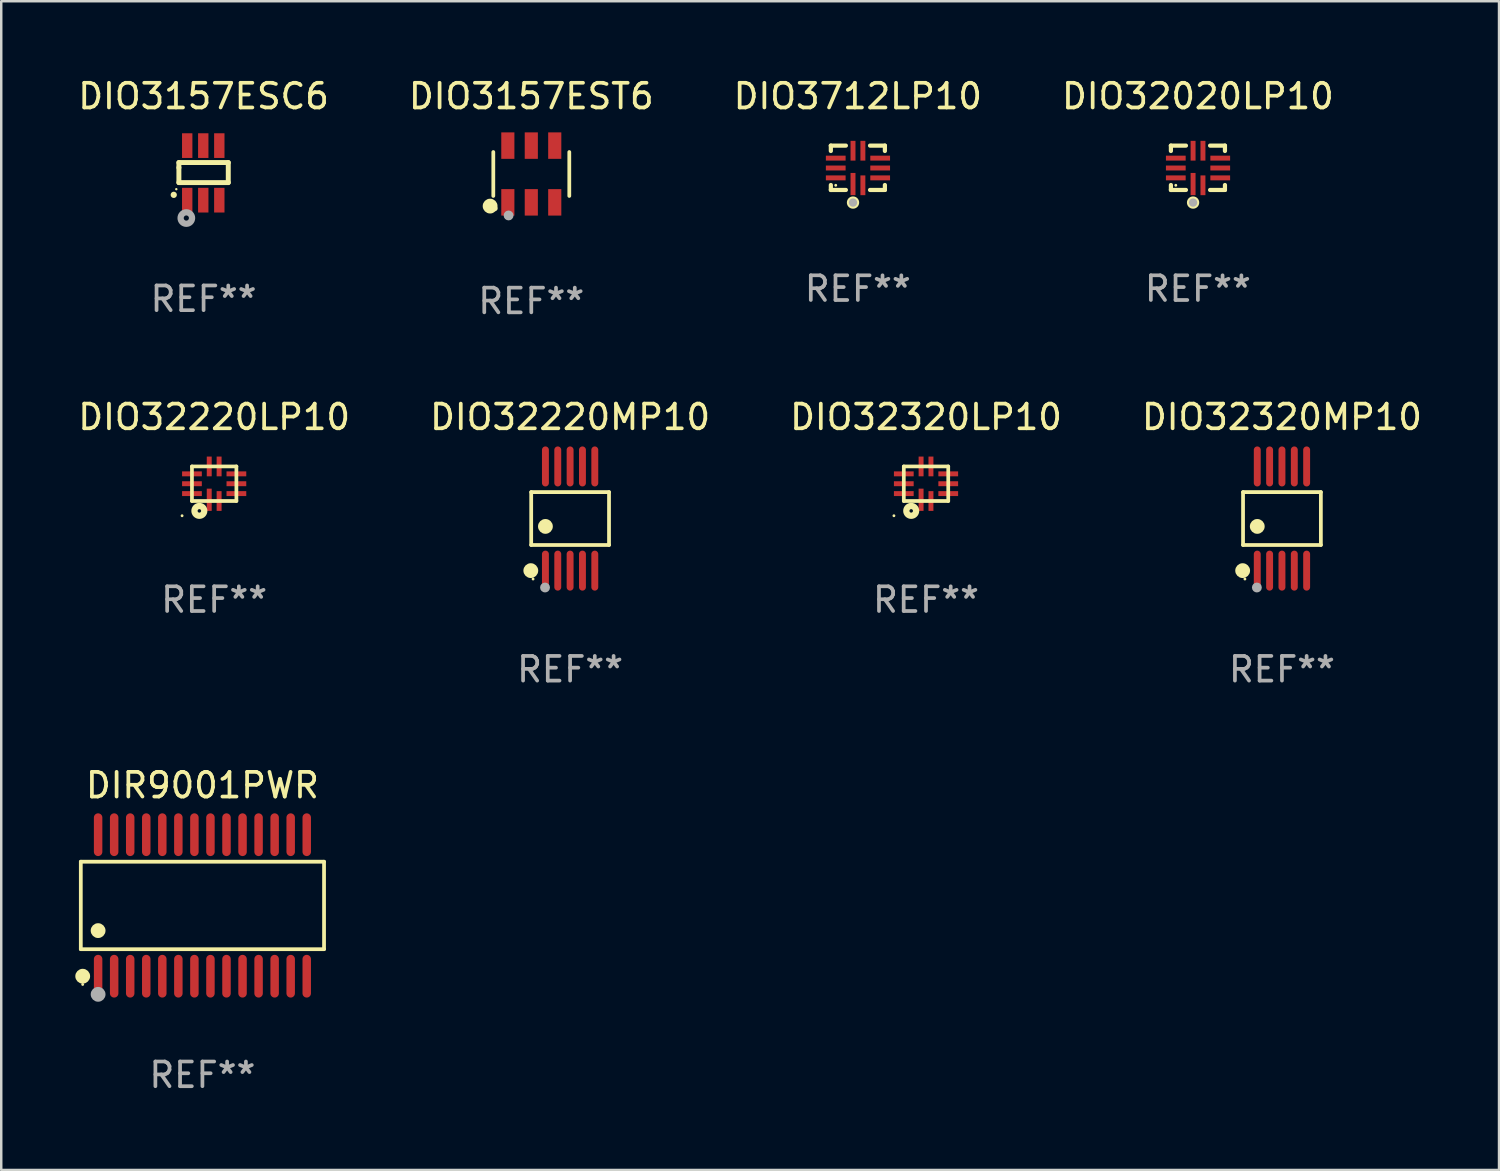
<source format=kicad_pcb>
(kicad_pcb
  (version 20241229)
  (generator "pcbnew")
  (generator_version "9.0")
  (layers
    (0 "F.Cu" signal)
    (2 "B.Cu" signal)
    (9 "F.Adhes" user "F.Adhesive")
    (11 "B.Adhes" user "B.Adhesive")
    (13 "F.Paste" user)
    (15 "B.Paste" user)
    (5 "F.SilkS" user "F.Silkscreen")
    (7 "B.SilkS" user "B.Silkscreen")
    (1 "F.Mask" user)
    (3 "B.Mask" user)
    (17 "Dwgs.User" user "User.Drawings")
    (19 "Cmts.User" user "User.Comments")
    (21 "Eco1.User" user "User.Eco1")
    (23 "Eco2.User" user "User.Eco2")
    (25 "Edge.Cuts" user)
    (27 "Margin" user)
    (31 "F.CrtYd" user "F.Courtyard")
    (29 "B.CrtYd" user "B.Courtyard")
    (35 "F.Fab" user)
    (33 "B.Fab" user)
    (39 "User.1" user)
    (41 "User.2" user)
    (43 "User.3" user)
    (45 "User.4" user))
  (footprint "DIR9001PWR"
    (layer "F.Cu")
    (at 5.149 33.625)
    (property "Reference" "DIR9001PWR" (at 0 -4.866 0) (layer "F.SilkS") (effects (font (size 1 1) (thickness 0.15))))
    (attr through_hole)
    (fp_line (start -4.926 -1.772) (end 4.926 -1.772) (stroke (width 0.152) (type solid)) (layer "F.SilkS"))
    (fp_line (start -4.926 1.771) (end -4.926 -1.772) (stroke (width 0.152) (type solid)) (layer "F.SilkS"))
    (fp_line (start 4.926 -1.772) (end 4.926 1.771) (stroke (width 0.152) (type solid)) (layer "F.SilkS"))
    (fp_line (start 4.926 1.771) (end -4.926 1.771) (stroke (width 0.152) (type solid)) (layer "F.SilkS"))
    (fp_circle (center -4.85 3.2) (end -4.82 3.2) (stroke (width 0.06) (type solid)) (fill no) (layer "F.SilkS"))
    (fp_circle (center -4.849 2.866) (end -4.699 2.866) (stroke (width 0.3) (type solid)) (fill no) (layer "F.SilkS"))
    (fp_circle (center -4.225 1.019) (end -4.075 1.019) (stroke (width 0.3) (type solid)) (fill no) (layer "F.SilkS"))
    (fp_circle (center -4.225 3.6) (end -4.075 3.6) (stroke (width 0.3) (type solid)) (fill no) (layer "F.Fab"))
    (fp_text user "REF**" (at 0 6.866 0) (layer "F.Fab") (effects (font (size 1 1) (thickness 0.15))))
    (pad "1" smd oval (at -4.225 2.866) (size 0.343 1.731) (layers "F.Cu" "F.Mask" "F.Paste"))
    (pad "2" smd oval (at -3.575 2.866) (size 0.343 1.731) (layers "F.Cu" "F.Mask" "F.Paste"))
    (pad "3" smd oval (at -2.925 2.866) (size 0.343 1.731) (layers "F.Cu" "F.Mask" "F.Paste"))
    (pad "4" smd oval (at -2.275 2.866) (size 0.343 1.731) (layers "F.Cu" "F.Mask" "F.Paste"))
    (pad "5" smd oval (at -1.625 2.866) (size 0.343 1.731) (layers "F.Cu" "F.Mask" "F.Paste"))
    (pad "6" smd oval (at -0.975 2.866) (size 0.343 1.731) (layers "F.Cu" "F.Mask" "F.Paste"))
    (pad "7" smd oval (at -0.325 2.866) (size 0.343 1.731) (layers "F.Cu" "F.Mask" "F.Paste"))
    (pad "8" smd oval (at 0.325 2.866) (size 0.343 1.731) (layers "F.Cu" "F.Mask" "F.Paste"))
    (pad "9" smd oval (at 0.975 2.866) (size 0.343 1.731) (layers "F.Cu" "F.Mask" "F.Paste"))
    (pad "10" smd oval (at 1.625 2.866) (size 0.343 1.731) (layers "F.Cu" "F.Mask" "F.Paste"))
    (pad "11" smd oval (at 2.275 2.866) (size 0.343 1.731) (layers "F.Cu" "F.Mask" "F.Paste"))
    (pad "12" smd oval (at 2.925 2.866) (size 0.343 1.731) (layers "F.Cu" "F.Mask" "F.Paste"))
    (pad "13" smd oval (at 3.575 2.866) (size 0.343 1.731) (layers "F.Cu" "F.Mask" "F.Paste"))
    (pad "14" smd oval (at 4.225 2.866) (size 0.343 1.731) (layers "F.Cu" "F.Mask" "F.Paste"))
    (pad "15" smd oval (at 4.225 -2.866) (size 0.343 1.731) (layers "F.Cu" "F.Mask" "F.Paste"))
    (pad "16" smd oval (at 3.575 -2.866) (size 0.343 1.731) (layers "F.Cu" "F.Mask" "F.Paste"))
    (pad "17" smd oval (at 2.925 -2.866) (size 0.343 1.731) (layers "F.Cu" "F.Mask" "F.Paste"))
    (pad "18" smd oval (at 2.275 -2.866) (size 0.343 1.731) (layers "F.Cu" "F.Mask" "F.Paste"))
    (pad "19" smd oval (at 1.625 -2.866) (size 0.343 1.731) (layers "F.Cu" "F.Mask" "F.Paste"))
    (pad "20" smd oval (at 0.975 -2.866) (size 0.343 1.731) (layers "F.Cu" "F.Mask" "F.Paste"))
    (pad "21" smd oval (at 0.325 -2.866) (size 0.343 1.731) (layers "F.Cu" "F.Mask" "F.Paste"))
    (pad "22" smd oval (at -0.325 -2.866) (size 0.343 1.731) (layers "F.Cu" "F.Mask" "F.Paste"))
    (pad "23" smd oval (at -0.975 -2.866) (size 0.343 1.731) (layers "F.Cu" "F.Mask" "F.Paste"))
    (pad "24" smd oval (at -1.625 -2.866) (size 0.343 1.731) (layers "F.Cu" "F.Mask" "F.Paste"))
    (pad "25" smd oval (at -2.275 -2.866) (size 0.343 1.731) (layers "F.Cu" "F.Mask" "F.Paste"))
    (pad "26" smd oval (at -2.925 -2.866) (size 0.343 1.731) (layers "F.Cu" "F.Mask" "F.Paste"))
    (pad "27" smd oval (at -3.575 -2.866) (size 0.343 1.731) (layers "F.Cu" "F.Mask" "F.Paste"))
    (pad "28" smd oval (at -4.225 -2.866) (size 0.343 1.731) (layers "F.Cu" "F.Mask" "F.Paste")))
  (footprint "DIO32320LP10"
    (layer "F.Cu")
    (at 34.458 16.543)
    (property "Reference" "DIO32320LP10" (at 0 -2.7 0) (layer "F.SilkS") (effects (font (size 1 1) (thickness 0.15))))
    (attr through_hole)
    (fp_line (start -0.9 -0.7) (end 0.9 -0.7) (stroke (width 0.15) (type solid)) (layer "F.SilkS"))
    (fp_line (start -0.9 0.7) (end -0.9 -0.7) (stroke (width 0.15) (type solid)) (layer "F.SilkS"))
    (fp_line (start -0.9 0.7) (end 0.9 0.7) (stroke (width 0.15) (type solid)) (layer "F.SilkS"))
    (fp_line (start 0.9 0.7) (end 0.9 -0.7) (stroke (width 0.15) (type solid)) (layer "F.SilkS"))
    (fp_circle (center -1.3 1.297) (end -1.27 1.297) (stroke (width 0.06) (type solid)) (fill no) (layer "F.SilkS"))
    (fp_circle (center -0.6 1.1) (end -0.529 1.1) (stroke (width 0.254) (type solid)) (fill no) (layer "F.SilkS"))
    (fp_text user "REF**" (at 0 4.7 0) (layer "F.Fab") (effects (font (size 1 1) (thickness 0.15))))
    (pad "1" smd rect (at -0.2 0.65 90) (size 0.9 0.2) (layers "F.Cu" "F.Mask" "F.Paste"))
    (pad "2" smd rect (at 0.2 0.7 90) (size 0.8 0.2) (layers "F.Cu" "F.Mask" "F.Paste"))
    (pad "3" smd rect (at 0.9 0.4 180) (size 0.8 0.2) (layers "F.Cu" "F.Mask" "F.Paste"))
    (pad "4" smd rect (at 0.9 0) (size 0.8 0.2) (layers "F.Cu" "F.Mask" "F.Paste"))
    (pad "5" smd rect (at 0.9 -0.4) (size 0.8 0.2) (layers "F.Cu" "F.Mask" "F.Paste"))
    (pad "6" smd rect (at 0.2 -0.7 270) (size 0.8 0.2) (layers "F.Cu" "F.Mask" "F.Paste"))
    (pad "7" smd rect (at -0.2 -0.7 270) (size 0.8 0.2) (layers "F.Cu" "F.Mask" "F.Paste"))
    (pad "8" smd rect (at -0.9 -0.4) (size 0.8 0.2) (layers "F.Cu" "F.Mask" "F.Paste"))
    (pad "9" smd rect (at -0.9 0) (size 0.8 0.2) (layers "F.Cu" "F.Mask" "F.Paste"))
    (pad "10" smd rect (at -0.9 0.4) (size 0.8 0.2) (layers "F.Cu" "F.Mask" "F.Paste")))
  (footprint "DIO3712LP10"
    (layer "F.Cu")
    (at 31.696 3.747)
    (property "Reference" "DIO3712LP10" (at 0 -2.899 0) (layer "F.SilkS") (effects (font (size 1 1) (thickness 0.15))))
    (attr through_hole)
    (fp_line (start -1.096 -0.899) (end -0.484 -0.899) (stroke (width 0.17) (type solid)) (layer "F.SilkS"))
    (fp_line (start -1.093 -0.682) (end -1.093 -0.899) (stroke (width 0.17) (type solid)) (layer "F.SilkS"))
    (fp_line (start -1.093 0.899) (end -1.093 0.697) (stroke (width 0.17) (type solid)) (layer "F.SilkS"))
    (fp_line (start -0.484 0.897) (end -1.093 0.897) (stroke (width 0.17) (type solid)) (layer "F.SilkS"))
    (fp_line (start 0.494 -0.899) (end 1.096 -0.899) (stroke (width 0.17) (type solid)) (layer "F.SilkS"))
    (fp_line (start 1.096 -0.899) (end 1.096 -0.682) (stroke (width 0.17) (type solid)) (layer "F.SilkS"))
    (fp_line (start 1.096 0.697) (end 1.096 0.897) (stroke (width 0.17) (type solid)) (layer "F.SilkS"))
    (fp_line (start 1.096 0.897) (end 0.494 0.897) (stroke (width 0.17) (type solid)) (layer "F.SilkS"))
    (fp_circle (center -0.895 0.708) (end -0.865 0.708) (stroke (width 0.06) (type solid)) (fill no) (layer "F.SilkS"))
    (fp_circle (center -0.195 1.408) (end -0.116 1.408) (stroke (width 0.17) (type solid)) (fill no) (layer "F.SilkS"))
    (fp_circle (center -0.195 1.408) (end -0.11 1.408) (stroke (width 0.17) (type solid)) (fill no) (layer "F.Fab"))
    (fp_text user "REF**" (at 0 4.899 0) (layer "F.Fab") (effects (font (size 1 1) (thickness 0.15))))
    (pad "1" smd rect (at -0.195 0.658 180) (size 0.2 0.9) (layers "F.Cu" "F.Mask" "F.Paste"))
    (pad "2" smd rect (at 0.205 0.708 180) (size 0.2 0.8) (layers "F.Cu" "F.Mask" "F.Paste"))
    (pad "3" smd rect (at 0.905 0.408 90) (size 0.2 0.8) (layers "F.Cu" "F.Mask" "F.Paste"))
    (pad "4" smd rect (at 0.905 0.008 90) (size 0.2 0.8) (layers "F.Cu" "F.Mask" "F.Paste"))
    (pad "5" smd rect (at 0.905 -0.392 90) (size 0.2 0.8) (layers "F.Cu" "F.Mask" "F.Paste"))
    (pad "6" smd rect (at 0.205 -0.692 180) (size 0.2 0.8) (layers "F.Cu" "F.Mask" "F.Paste"))
    (pad "7" smd rect (at -0.195 -0.692 180) (size 0.2 0.8) (layers "F.Cu" "F.Mask" "F.Paste"))
    (pad "8" smd rect (at -0.895 -0.392 90) (size 0.2 0.8) (layers "F.Cu" "F.Mask" "F.Paste"))
    (pad "9" smd rect (at -0.895 0.008 90) (size 0.2 0.8) (layers "F.Cu" "F.Mask" "F.Paste"))
    (pad "10" smd rect (at -0.895 0.408 90) (size 0.2 0.8) (layers "F.Cu" "F.Mask" "F.Paste")))
  (footprint "DIO32020LP10"
    (layer "F.Cu")
    (at 45.47 3.747)
    (property "Reference" "DIO32020LP10" (at 0 -2.899 0) (layer "F.SilkS") (effects (font (size 1 1) (thickness 0.15))))
    (attr through_hole)
    (fp_line (start -1.096 -0.899) (end -0.484 -0.899) (stroke (width 0.17) (type solid)) (layer "F.SilkS"))
    (fp_line (start -1.093 -0.682) (end -1.093 -0.899) (stroke (width 0.17) (type solid)) (layer "F.SilkS"))
    (fp_line (start -1.093 0.899) (end -1.093 0.697) (stroke (width 0.17) (type solid)) (layer "F.SilkS"))
    (fp_line (start -0.484 0.897) (end -1.093 0.897) (stroke (width 0.17) (type solid)) (layer "F.SilkS"))
    (fp_line (start 0.494 -0.899) (end 1.096 -0.899) (stroke (width 0.17) (type solid)) (layer "F.SilkS"))
    (fp_line (start 1.096 -0.899) (end 1.096 -0.682) (stroke (width 0.17) (type solid)) (layer "F.SilkS"))
    (fp_line (start 1.096 0.697) (end 1.096 0.897) (stroke (width 0.17) (type solid)) (layer "F.SilkS"))
    (fp_line (start 1.096 0.897) (end 0.494 0.897) (stroke (width 0.17) (type solid)) (layer "F.SilkS"))
    (fp_circle (center -0.895 0.708) (end -0.865 0.708) (stroke (width 0.06) (type solid)) (fill no) (layer "F.SilkS"))
    (fp_circle (center -0.195 1.408) (end -0.116 1.408) (stroke (width 0.17) (type solid)) (fill no) (layer "F.SilkS"))
    (fp_circle (center -0.195 1.408) (end -0.11 1.408) (stroke (width 0.17) (type solid)) (fill no) (layer "F.Fab"))
    (fp_text user "REF**" (at 0 4.899 0) (layer "F.Fab") (effects (font (size 1 1) (thickness 0.15))))
    (pad "1" smd rect (at -0.195 0.658 180) (size 0.2 0.9) (layers "F.Cu" "F.Mask" "F.Paste"))
    (pad "2" smd rect (at 0.205 0.708 180) (size 0.2 0.8) (layers "F.Cu" "F.Mask" "F.Paste"))
    (pad "3" smd rect (at 0.905 0.408 90) (size 0.2 0.8) (layers "F.Cu" "F.Mask" "F.Paste"))
    (pad "4" smd rect (at 0.905 0.008 90) (size 0.2 0.8) (layers "F.Cu" "F.Mask" "F.Paste"))
    (pad "5" smd rect (at 0.905 -0.392 90) (size 0.2 0.8) (layers "F.Cu" "F.Mask" "F.Paste"))
    (pad "6" smd rect (at 0.205 -0.692 180) (size 0.2 0.8) (layers "F.Cu" "F.Mask" "F.Paste"))
    (pad "7" smd rect (at -0.195 -0.692 180) (size 0.2 0.8) (layers "F.Cu" "F.Mask" "F.Paste"))
    (pad "8" smd rect (at -0.895 -0.392 90) (size 0.2 0.8) (layers "F.Cu" "F.Mask" "F.Paste"))
    (pad "9" smd rect (at -0.895 0.008 90) (size 0.2 0.8) (layers "F.Cu" "F.Mask" "F.Paste"))
    (pad "10" smd rect (at -0.895 0.408 90) (size 0.2 0.8) (layers "F.Cu" "F.Mask" "F.Paste")))
  (footprint "DIO32320MP10"
    (layer "F.Cu")
    (at 48.875 17.953)
    (property "Reference" "DIO32320MP10" (at 0 -4.11 0) (layer "F.SilkS") (effects (font (size 1 1) (thickness 0.15))))
    (attr through_hole)
    (fp_line (start -1.576 -1.071) (end 1.576 -1.071) (stroke (width 0.152) (type solid)) (layer "F.SilkS"))
    (fp_line (start -1.576 1.071) (end -1.576 -1.071) (stroke (width 0.152) (type solid)) (layer "F.SilkS"))
    (fp_line (start 1.576 -1.071) (end 1.576 1.071) (stroke (width 0.152) (type solid)) (layer "F.SilkS"))
    (fp_line (start 1.576 1.071) (end -1.576 1.071) (stroke (width 0.152) (type solid)) (layer "F.SilkS"))
    (fp_circle (center -1.592 2.11) (end -1.442 2.11) (stroke (width 0.3) (type solid)) (fill no) (layer "F.SilkS"))
    (fp_circle (center -1.5 2.45) (end -1.47 2.45) (stroke (width 0.06) (type solid)) (fill no) (layer "F.SilkS"))
    (fp_circle (center -1 0.319) (end -0.85 0.319) (stroke (width 0.3) (type solid)) (fill no) (layer "F.SilkS"))
    (fp_circle (center -1.016 2.794) (end -0.916 2.794) (stroke (width 0.2) (type solid)) (fill no) (layer "F.Fab"))
    (fp_text user "REF**" (at 0 6.11 0) (layer "F.Fab") (effects (font (size 1 1) (thickness 0.15))))
    (pad "1" smd oval (at -1 2.11) (size 0.28 1.62) (layers "F.Cu" "F.Mask" "F.Paste"))
    (pad "2" smd oval (at -0.5 2.11) (size 0.28 1.62) (layers "F.Cu" "F.Mask" "F.Paste"))
    (pad "3" smd oval (at 0 2.11) (size 0.28 1.62) (layers "F.Cu" "F.Mask" "F.Paste"))
    (pad "4" smd oval (at 0.5 2.11) (size 0.28 1.62) (layers "F.Cu" "F.Mask" "F.Paste"))
    (pad "5" smd oval (at 1 2.11) (size 0.28 1.62) (layers "F.Cu" "F.Mask" "F.Paste"))
    (pad "6" smd oval (at 1 -2.11) (size 0.28 1.62) (layers "F.Cu" "F.Mask" "F.Paste"))
    (pad "7" smd oval (at 0.5 -2.11) (size 0.28 1.62) (layers "F.Cu" "F.Mask" "F.Paste"))
    (pad "8" smd oval (at 0 -2.11) (size 0.28 1.62) (layers "F.Cu" "F.Mask" "F.Paste"))
    (pad "9" smd oval (at -0.5 -2.11) (size 0.28 1.62) (layers "F.Cu" "F.Mask" "F.Paste"))
    (pad "10" smd oval (at -1 -2.11) (size 0.28 1.62) (layers "F.Cu" "F.Mask" "F.Paste")))
  (footprint "DIO32220LP10"
    (layer "F.Cu")
    (at 5.625 16.543)
    (property "Reference" "DIO32220LP10" (at 0 -2.7 0) (layer "F.SilkS") (effects (font (size 1 1) (thickness 0.15))))
    (attr through_hole)
    (fp_line (start -0.9 -0.7) (end 0.9 -0.7) (stroke (width 0.15) (type solid)) (layer "F.SilkS"))
    (fp_line (start -0.9 0.7) (end -0.9 -0.7) (stroke (width 0.15) (type solid)) (layer "F.SilkS"))
    (fp_line (start -0.9 0.7) (end 0.9 0.7) (stroke (width 0.15) (type solid)) (layer "F.SilkS"))
    (fp_line (start 0.9 0.7) (end 0.9 -0.7) (stroke (width 0.15) (type solid)) (layer "F.SilkS"))
    (fp_circle (center -1.3 1.297) (end -1.27 1.297) (stroke (width 0.06) (type solid)) (fill no) (layer "F.SilkS"))
    (fp_circle (center -0.6 1.1) (end -0.529 1.1) (stroke (width 0.254) (type solid)) (fill no) (layer "F.SilkS"))
    (fp_text user "REF**" (at 0 4.7 0) (layer "F.Fab") (effects (font (size 1 1) (thickness 0.15))))
    (pad "1" smd rect (at -0.2 0.65 90) (size 0.9 0.2) (layers "F.Cu" "F.Mask" "F.Paste"))
    (pad "2" smd rect (at 0.2 0.7 90) (size 0.8 0.2) (layers "F.Cu" "F.Mask" "F.Paste"))
    (pad "3" smd rect (at 0.9 0.4 180) (size 0.8 0.2) (layers "F.Cu" "F.Mask" "F.Paste"))
    (pad "4" smd rect (at 0.9 0) (size 0.8 0.2) (layers "F.Cu" "F.Mask" "F.Paste"))
    (pad "5" smd rect (at 0.9 -0.4) (size 0.8 0.2) (layers "F.Cu" "F.Mask" "F.Paste"))
    (pad "6" smd rect (at 0.2 -0.7 270) (size 0.8 0.2) (layers "F.Cu" "F.Mask" "F.Paste"))
    (pad "7" smd rect (at -0.2 -0.7 270) (size 0.8 0.2) (layers "F.Cu" "F.Mask" "F.Paste"))
    (pad "8" smd rect (at -0.9 -0.4) (size 0.8 0.2) (layers "F.Cu" "F.Mask" "F.Paste"))
    (pad "9" smd rect (at -0.9 0) (size 0.8 0.2) (layers "F.Cu" "F.Mask" "F.Paste"))
    (pad "10" smd rect (at -0.9 0.4) (size 0.8 0.2) (layers "F.Cu" "F.Mask" "F.Paste")))
  (footprint "DIO32220MP10"
    (layer "F.Cu")
    (at 20.042 17.953)
    (property "Reference" "DIO32220MP10" (at 0 -4.11 0) (layer "F.SilkS") (effects (font (size 1 1) (thickness 0.15))))
    (attr through_hole)
    (fp_line (start -1.576 -1.071) (end 1.576 -1.071) (stroke (width 0.152) (type solid)) (layer "F.SilkS"))
    (fp_line (start -1.576 1.071) (end -1.576 -1.071) (stroke (width 0.152) (type solid)) (layer "F.SilkS"))
    (fp_line (start 1.576 -1.071) (end 1.576 1.071) (stroke (width 0.152) (type solid)) (layer "F.SilkS"))
    (fp_line (start 1.576 1.071) (end -1.576 1.071) (stroke (width 0.152) (type solid)) (layer "F.SilkS"))
    (fp_circle (center -1.592 2.11) (end -1.442 2.11) (stroke (width 0.3) (type solid)) (fill no) (layer "F.SilkS"))
    (fp_circle (center -1.5 2.45) (end -1.47 2.45) (stroke (width 0.06) (type solid)) (fill no) (layer "F.SilkS"))
    (fp_circle (center -1 0.319) (end -0.85 0.319) (stroke (width 0.3) (type solid)) (fill no) (layer "F.SilkS"))
    (fp_circle (center -1.016 2.794) (end -0.916 2.794) (stroke (width 0.2) (type solid)) (fill no) (layer "F.Fab"))
    (fp_text user "REF**" (at 0 6.11 0) (layer "F.Fab") (effects (font (size 1 1) (thickness 0.15))))
    (pad "1" smd oval (at -1 2.11) (size 0.28 1.62) (layers "F.Cu" "F.Mask" "F.Paste"))
    (pad "2" smd oval (at -0.5 2.11) (size 0.28 1.62) (layers "F.Cu" "F.Mask" "F.Paste"))
    (pad "3" smd oval (at 0 2.11) (size 0.28 1.62) (layers "F.Cu" "F.Mask" "F.Paste"))
    (pad "4" smd oval (at 0.5 2.11) (size 0.28 1.62) (layers "F.Cu" "F.Mask" "F.Paste"))
    (pad "5" smd oval (at 1 2.11) (size 0.28 1.62) (layers "F.Cu" "F.Mask" "F.Paste"))
    (pad "6" smd oval (at 1 -2.11) (size 0.28 1.62) (layers "F.Cu" "F.Mask" "F.Paste"))
    (pad "7" smd oval (at 0.5 -2.11) (size 0.28 1.62) (layers "F.Cu" "F.Mask" "F.Paste"))
    (pad "8" smd oval (at 0 -2.11) (size 0.28 1.62) (layers "F.Cu" "F.Mask" "F.Paste"))
    (pad "9" smd oval (at -0.5 -2.11) (size 0.28 1.62) (layers "F.Cu" "F.Mask" "F.Paste"))
    (pad "10" smd oval (at -1 -2.11) (size 0.28 1.62) (layers "F.Cu" "F.Mask" "F.Paste")))
  (footprint "DIO3157EST6"
    (layer "F.Cu")
    (at 18.47 3.997)
    (property "Reference" "DIO3157EST6" (at 0 -3.149 0) (layer "F.SilkS") (effects (font (size 1 1) (thickness 0.15))))
    (attr through_hole)
    (fp_line (start -1.539 0.889) (end -1.539 -0.889) (stroke (width 0.152) (type solid)) (layer "F.SilkS"))
    (fp_line (start 1.539 0.889) (end 1.539 -0.889) (stroke (width 0.152) (type solid)) (layer "F.SilkS"))
    (fp_circle (center -1.668 1.301) (end -1.518 1.301) (stroke (width 0.3) (type solid)) (fill no) (layer "F.SilkS"))
    (fp_circle (center -1.463 1.4) (end -1.413 1.4) (stroke (width 0.1) (type solid)) (fill no) (layer "F.SilkS"))
    (fp_circle (center -0.92 1.68) (end -0.82 1.68) (stroke (width 0.2) (type solid)) (fill no) (layer "F.Fab"))
    (fp_text user "REF**" (at 0 5.149 0) (layer "F.Fab") (effects (font (size 1 1) (thickness 0.15))))
    (pad "1" smd rect (at -0.95 1.149) (size 0.532 1.072) (layers "F.Cu" "F.Mask" "F.Paste"))
    (pad "2" smd rect (at 0 1.149) (size 0.532 1.072) (layers "F.Cu" "F.Mask" "F.Paste"))
    (pad "3" smd rect (at 0.95 1.149) (size 0.532 1.072) (layers "F.Cu" "F.Mask" "F.Paste"))
    (pad "4" smd rect (at 0.95 -1.149) (size 0.532 1.072) (layers "F.Cu" "F.Mask" "F.Paste"))
    (pad "5" smd rect (at 0 -1.149) (size 0.532 1.072) (layers "F.Cu" "F.Mask" "F.Paste"))
    (pad "6" smd rect (at -0.95 -1.149) (size 0.532 1.072) (layers "F.Cu" "F.Mask" "F.Paste")))
  (footprint "DIO3157ESC6"
    (layer "F.Cu")
    (at 5.196 3.953)
    (property "Reference" "DIO3157ESC6" (at 0 -3.105 0) (layer "F.SilkS") (effects (font (size 1 1) (thickness 0.15))))
    (attr through_hole)
    (fp_line (start -1 -0.419) (end -1 -0.213) (stroke (width 0.2) (type solid)) (layer "F.SilkS"))
    (fp_line (start -1 -0.213) (end -1 0.393) (stroke (width 0.2) (type solid)) (layer "F.SilkS"))
    (fp_line (start -1 0.393) (end 1 0.393) (stroke (width 0.2) (type solid)) (layer "F.SilkS"))
    (fp_line (start 1 -0.419) (end -1 -0.419) (stroke (width 0.2) (type solid)) (layer "F.SilkS"))
    (fp_line (start 1 0.393) (end 1 -0.419) (stroke (width 0.2) (type solid)) (layer "F.SilkS"))
    (fp_arc (start -1.208509 0.890272) (mid -1.208515 0.889002) (end -1.208509 0.887732) (stroke (width 0.25) (type solid)) (layer "F.SilkS"))
    (fp_circle (center -1.105 0.66) (end -1.08 0.66) (stroke (width 0.05) (type solid)) (fill no) (layer "F.SilkS"))
    (fp_circle (center -0.699 1.829) (end -0.594 1.829) (stroke (width 0.254) (type solid)) (fill no) (layer "F.Fab"))
    (fp_text user "REF**" (at 0 5.105 0) (layer "F.Fab") (effects (font (size 1 1) (thickness 0.15))))
    (pad "1" smd rect (at -0.663 1.105) (size 0.42 1) (layers "F.Cu" "F.Mask" "F.Paste"))
    (pad "2" smd rect (at -0.013 1.105) (size 0.42 1) (layers "F.Cu" "F.Mask" "F.Paste"))
    (pad "3" smd rect (at 0.637 1.105) (size 0.42 1) (layers "F.Cu" "F.Mask" "F.Paste"))
    (pad "4" smd rect (at 0.637 -1.105 180) (size 0.42 1) (layers "F.Cu" "F.Mask" "F.Paste"))
    (pad "5" smd rect (at -0.013 -1.105 180) (size 0.42 1) (layers "F.Cu" "F.Mask" "F.Paste"))
    (pad "6" smd rect (at -0.663 -1.105 180) (size 0.42 1) (layers "F.Cu" "F.Mask" "F.Paste")))
  (gr_rect
    (start -3 -3)
    (end 57.667 44.339)
    (stroke (width 0.1) (type default))
    (fill no)
    (layer "Edge.Cuts")))
</source>
